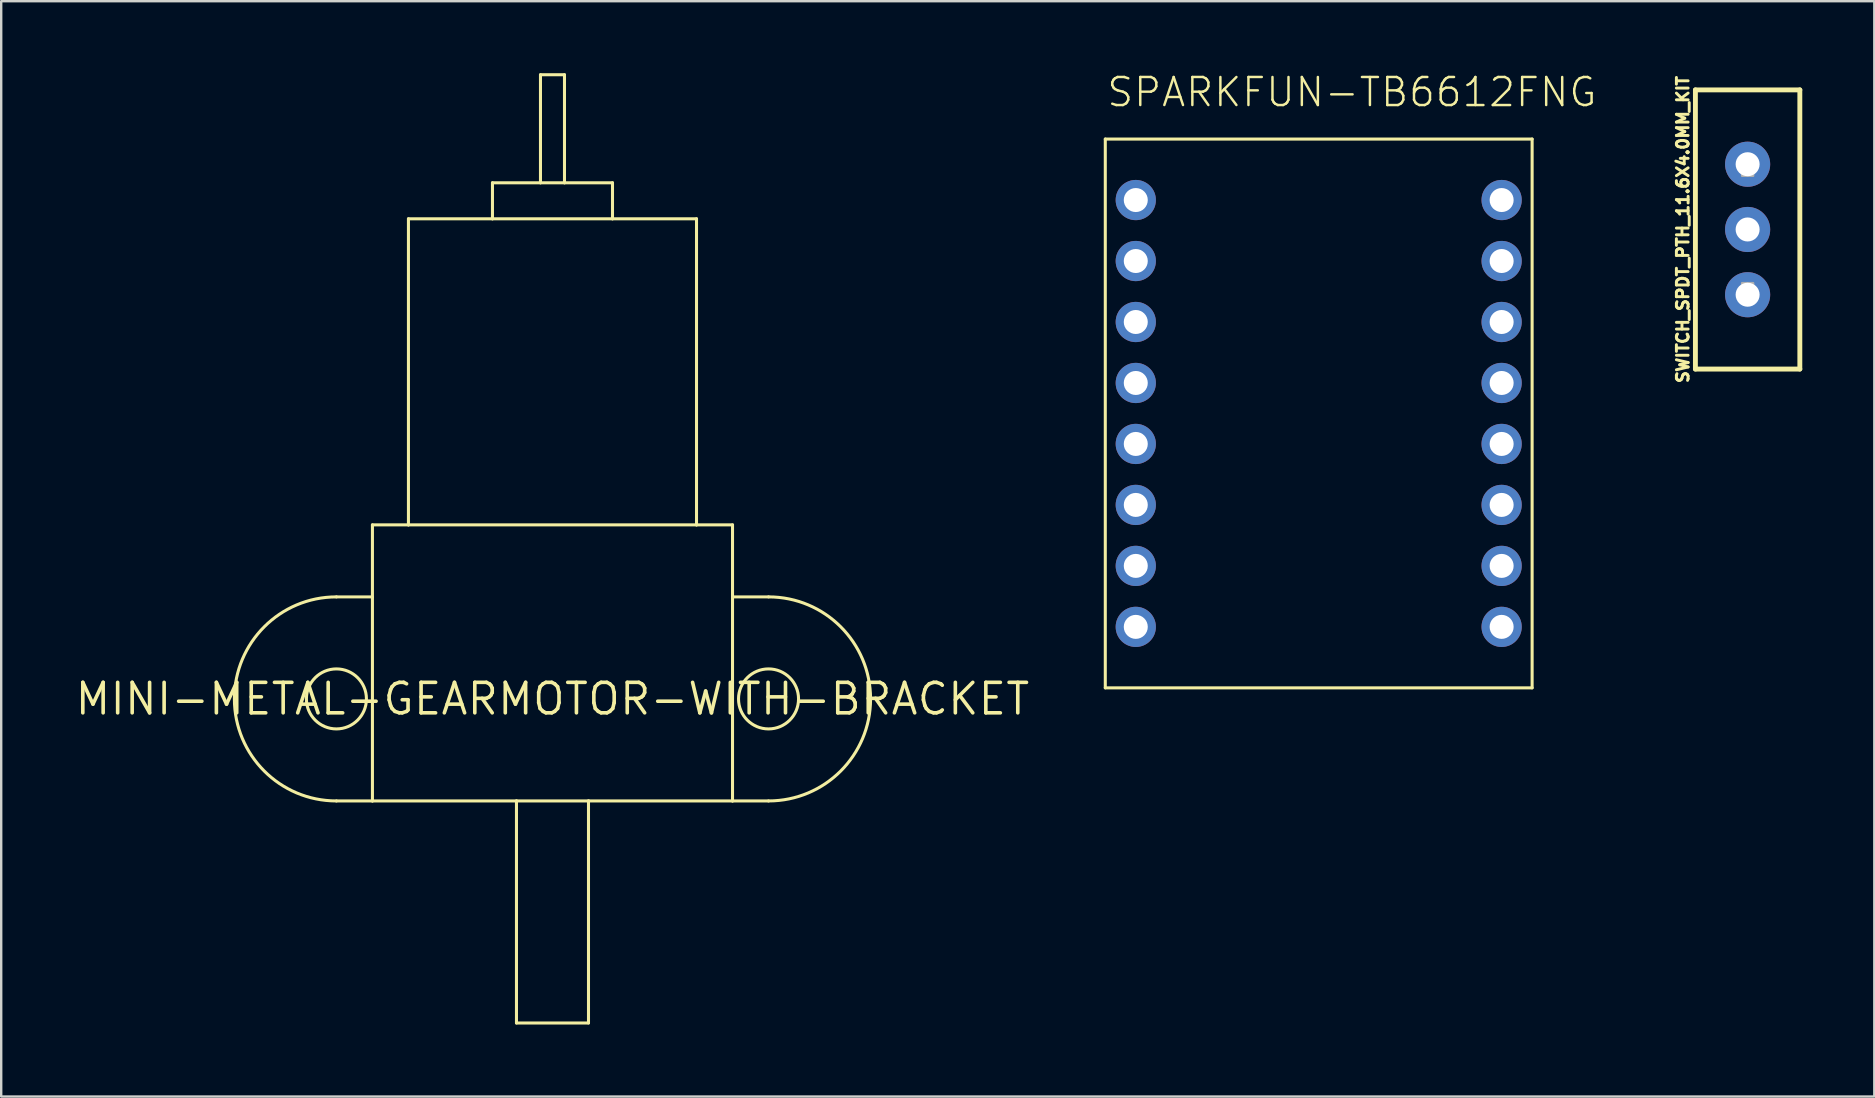
<source format=kicad_pcb>
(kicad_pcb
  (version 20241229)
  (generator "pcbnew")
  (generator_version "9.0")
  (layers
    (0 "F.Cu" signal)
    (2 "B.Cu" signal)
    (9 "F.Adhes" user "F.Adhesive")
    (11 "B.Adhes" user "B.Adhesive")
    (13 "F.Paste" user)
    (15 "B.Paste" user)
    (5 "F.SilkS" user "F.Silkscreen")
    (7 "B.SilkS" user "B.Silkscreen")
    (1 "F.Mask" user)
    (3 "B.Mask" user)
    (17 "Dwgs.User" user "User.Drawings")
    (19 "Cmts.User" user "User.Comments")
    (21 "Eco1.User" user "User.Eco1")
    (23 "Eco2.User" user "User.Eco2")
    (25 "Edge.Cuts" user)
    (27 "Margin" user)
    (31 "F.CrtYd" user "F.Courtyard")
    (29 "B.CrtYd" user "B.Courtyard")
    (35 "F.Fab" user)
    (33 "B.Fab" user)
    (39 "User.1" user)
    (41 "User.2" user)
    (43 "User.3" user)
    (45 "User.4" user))
  (footprint "SWITCH_SPDT_PTH_11.6X4.0MM_KIT"
    (layer "F.Cu")
    (at 69.749 6.509)
    (property "Reference" "SWITCH_SPDT_PTH_11.6X4.0MM_KIT" (at -2.413 0 90) (layer "F.SilkS") (effects (font (size 0.488 0.488) (thickness 0.122)) (justify bottom)))
    (fp_poly (pts (xy 0.159 -3.204) (xy 0.301 -3.128) (xy 0.417 -3.009) (xy 0.507 -2.714) (xy 0.48 -2.555) (xy 0.408 -2.415) (xy 0.296 -2.305) (xy 0.155 -2.235) (xy 0.009 -2.213) (xy 0.000001 -2.276) (xy -0.008 -2.213) (xy -0.153 -2.232) (xy -0.294 -2.3) (xy -0.41 -2.411) (xy -0.509 -2.693) (xy -0.487 -2.86) (xy -0.417 -3.007) (xy -0.301 -3.128) (xy -0.005 -3.233)) (stroke (width 0) (type solid)) (fill yes) (layer "F.Mask"))
    (fp_poly (pts (xy 0.162 2.237) (xy 0.304 2.312) (xy 0.419 2.432) (xy 0.505 2.712) (xy 0.445 2.73) (xy 0.507 2.741) (xy 0.483 2.886) (xy 0.41 3.025) (xy 0.298 3.136) (xy 0.158 3.206) (xy 0.012 3.228) (xy 0.003 3.165) (xy -0.006 3.228) (xy -0.151 3.208) (xy -0.291 3.141) (xy -0.408 3.029) (xy -0.507 2.747) (xy -0.485 2.581) (xy -0.414 2.434) (xy -0.299 2.312) (xy -0.003 2.208)) (stroke (width 0) (type solid)) (fill yes) (layer "F.Mask"))
    (fp_poly (pts (xy 0.17 -0.481) (xy 0.312 -0.405) (xy 0.427 -0.286) (xy 0.513 -0.006) (xy 0.452 0.013) (xy 0.515 0.023) (xy 0.49 0.168) (xy 0.418 0.308) (xy 0.306 0.418) (xy 0.165 0.488) (xy 0.02 0.51) (xy 0.01 0.447) (xy 0.002 0.51) (xy -0.143 0.491) (xy -0.284 0.423) (xy -0.4 0.312) (xy -0.499 0.03) (xy -0.477 -0.137) (xy -0.407 -0.284) (xy -0.291 -0.405) (xy -0.011 -0.504) (xy 0.01 -0.444) (xy 0.021 -0.507)) (stroke (width 0) (type solid)) (fill yes) (layer "F.Mask"))
    (fp_poly (pts (xy 0.225 1.801) (xy 0.425 1.876) (xy 0.603 1.993) (xy 0.75 2.147) (xy 0.862 2.333) (xy 0.944 2.73) (xy 0.881 2.743) (xy 0.944 2.751) (xy 0.918 2.952) (xy 0.845 3.148) (xy 0.731 3.323) (xy 0.58 3.468) (xy 0.398 3.578) (xy 0.008 3.659) (xy -0.005 3.597) (xy -0.011 3.66) (xy -0.211 3.64) (xy -0.408 3.573) (xy -0.585 3.465) (xy -0.734 3.32) (xy -0.846 3.145) (xy -0.917 2.95) (xy -0.943 2.744) (xy -0.92 2.529) (xy -0.851 2.325) (xy -0.738 2.141) (xy -0.587 1.988) (xy -0.402 1.869) (xy 0.01 1.772)) (stroke (width 0) (type solid)) (fill yes) (layer "B.Mask"))
    (fp_poly (pts (xy 0.209 -3.63) (xy 0.409 -3.557) (xy 0.588 -3.443) (xy 0.737 -3.291) (xy 0.848 -3.11) (xy 0.916 -2.908) (xy 0.937 -2.701) (xy 0.937 -2.693) (xy 0.91 -2.488) (xy 0.837 -2.291) (xy 0.721 -2.116) (xy 0.57 -1.97) (xy 0.387 -1.86) (xy -0.011 -1.778) (xy -0.021 -1.778) (xy -0.223 -1.8) (xy -0.418 -1.868) (xy -0.593 -1.977) (xy -0.74 -2.123) (xy -0.85 -2.297) (xy -0.919 -2.492) (xy -0.943 -2.697) (xy -0.921 -2.908) (xy -0.853 -3.11) (xy -0.742 -3.291) (xy -0.593 -3.442) (xy -0.414 -3.557) (xy -0.214 -3.63) (xy -0.006 -3.655) (xy 0.001 -3.655)) (stroke (width 0) (type solid)) (fill yes) (layer "B.Mask"))
    (fp_poly (pts (xy 0.015 -0.879) (xy 0.023 -0.942) (xy 0.224 -0.916) (xy 0.421 -0.844) (xy 0.597 -0.729) (xy 0.743 -0.578) (xy 0.853 -0.396) (xy 0.938 0.005) (xy 0.912 0.217) (xy 0.841 0.415) (xy 0.727 0.592) (xy 0.577 0.739) (xy 0.398 0.849) (xy 0.198 0.916) (xy -0.004 0.937) (xy -0.01 0.874) (xy -0.017 0.937) (xy -0.215 0.916) (xy -0.411 0.849) (xy -0.587 0.74) (xy -0.734 0.595) (xy -0.846 0.421) (xy -0.915 0.226) (xy -0.94 0.024) (xy -0.94 0.017) (xy -0.917 -0.193) (xy -0.847 -0.396) (xy -0.733 -0.578) (xy -0.582 -0.731) (xy -0.401 -0.846) (xy -0.198 -0.918) (xy 0.008 -0.942)) (stroke (width 0) (type solid)) (fill yes) (layer "B.Mask"))
    (fp_line (start -2.175 -5.815) (end -2.175 5.815) (stroke (width 0.203) (type solid)) (layer "F.SilkS"))
    (fp_line (start -2.175 5.815) (end 2.175 5.815) (stroke (width 0.203) (type solid)) (layer "F.SilkS"))
    (fp_line (start 2.175 -5.815) (end -2.175 -5.815) (stroke (width 0.203) (type solid)) (layer "F.SilkS"))
    (fp_line (start 2.175 5.815) (end 2.175 -5.815) (stroke (width 0.203) (type solid)) (layer "F.SilkS"))
    (fp_poly (pts (xy -0.229 -2.235) (xy 0.229 -2.235) (xy 0.229 -2.845) (xy -0.229 -2.845)) (stroke (width 0.1) (type solid)) (fill no) (layer "F.Fab"))
    (fp_poly (pts (xy -0.229 0.305) (xy 0.229 0.305) (xy 0.229 -0.305) (xy -0.229 -0.305)) (stroke (width 0.1) (type solid)) (fill no) (layer "F.Fab"))
    (fp_poly (pts (xy -0.229 2.845) (xy 0.229 2.845) (xy 0.229 2.235) (xy -0.229 2.235)) (stroke (width 0.1) (type solid)) (fill no) (layer "F.Fab"))
    (pad "1" thru_hole circle (at 0 -2.718) (size 1.88 1.88) (drill 1) (layers "*.Cu"))
    (pad "2" thru_hole circle (at 0 0) (size 1.88 1.88) (drill 1) (layers "*.Cu"))
    (pad "3" thru_hole circle (at 0 2.718) (size 1.88 1.88) (drill 1) (layers "*.Cu")))
  (footprint "MINI-METAL-GEARMOTOR-WITH-BRACKET"
    (layer "F.Cu")
    (at 19.964 26.064)
    (property "Reference" "MINI-METAL-GEARMOTOR-WITH-BRACKET" (at 0 0 0) (layer "F.SilkS") (effects (font (size 1.27 1.27) (thickness 0.15))))
    (fp_line (start -9 -4.25) (end -7.5 -4.25) (stroke (width 0.127) (type solid)) (layer "F.SilkS"))
    (fp_line (start -9 4.25) (end -7.5 4.25) (stroke (width 0.127) (type solid)) (layer "F.SilkS"))
    (fp_line (start -7.5 -7.25) (end -6 -7.25) (stroke (width 0.127) (type solid)) (layer "F.SilkS"))
    (fp_line (start -7.5 -4.25) (end -7.5 -7.25) (stroke (width 0.127) (type solid)) (layer "F.SilkS"))
    (fp_line (start -7.5 4.25) (end -7.5 -4.25) (stroke (width 0.127) (type solid)) (layer "F.SilkS"))
    (fp_line (start -6 -20) (end -2.5 -20) (stroke (width 0.127) (type solid)) (layer "F.SilkS"))
    (fp_line (start -6 -7.25) (end -6 -20) (stroke (width 0.127) (type solid)) (layer "F.SilkS"))
    (fp_line (start -6 -7.25) (end 6 -7.25) (stroke (width 0.127) (type solid)) (layer "F.SilkS"))
    (fp_line (start -2.5 -21.5) (end -0.5 -21.5) (stroke (width 0.127) (type solid)) (layer "F.SilkS"))
    (fp_line (start -2.5 -20) (end -2.5 -21.5) (stroke (width 0.127) (type solid)) (layer "F.SilkS"))
    (fp_line (start -2.5 -20) (end 2.5 -20) (stroke (width 0.127) (type solid)) (layer "F.SilkS"))
    (fp_line (start -1.5 4.25) (end -7.5 4.25) (stroke (width 0.127) (type solid)) (layer "F.SilkS"))
    (fp_line (start -1.5 4.25) (end -1.5 13.5) (stroke (width 0.127) (type solid)) (layer "F.SilkS"))
    (fp_line (start -1.5 13.5) (end 1.5 13.5) (stroke (width 0.127) (type solid)) (layer "F.SilkS"))
    (fp_line (start -0.5 -26) (end 0.5 -26) (stroke (width 0.127) (type solid)) (layer "F.SilkS"))
    (fp_line (start -0.5 -21.5) (end -0.5 -26) (stroke (width 0.127) (type solid)) (layer "F.SilkS"))
    (fp_line (start -0.5 -21.5) (end 0.5 -21.5) (stroke (width 0.127) (type solid)) (layer "F.SilkS"))
    (fp_line (start 0.5 -26) (end 0.5 -21.5) (stroke (width 0.127) (type solid)) (layer "F.SilkS"))
    (fp_line (start 0.5 -21.5) (end 2.5 -21.5) (stroke (width 0.127) (type solid)) (layer "F.SilkS"))
    (fp_line (start 1.5 4.25) (end -1.5 4.25) (stroke (width 0.127) (type solid)) (layer "F.SilkS"))
    (fp_line (start 1.5 13.5) (end 1.5 4.25) (stroke (width 0.127) (type solid)) (layer "F.SilkS"))
    (fp_line (start 2.5 -21.5) (end 2.5 -20) (stroke (width 0.127) (type solid)) (layer "F.SilkS"))
    (fp_line (start 2.5 -20) (end 6 -20) (stroke (width 0.127) (type solid)) (layer "F.SilkS"))
    (fp_line (start 6 -20) (end 6 -7.25) (stroke (width 0.127) (type solid)) (layer "F.SilkS"))
    (fp_line (start 6 -7.25) (end 7.5 -7.25) (stroke (width 0.127) (type solid)) (layer "F.SilkS"))
    (fp_line (start 7.5 -7.25) (end 7.5 -4.25) (stroke (width 0.127) (type solid)) (layer "F.SilkS"))
    (fp_line (start 7.5 -4.25) (end 7.5 4.25) (stroke (width 0.127) (type solid)) (layer "F.SilkS"))
    (fp_line (start 7.5 4.25) (end 1.5 4.25) (stroke (width 0.127) (type solid)) (layer "F.SilkS"))
    (fp_line (start 9 -4.25) (end 7.5 -4.25) (stroke (width 0.127) (type solid)) (layer "F.SilkS"))
    (fp_line (start 9 4.25) (end 7.5 4.25) (stroke (width 0.127) (type solid)) (layer "F.SilkS"))
    (fp_arc (start -9 4.25) (mid -13.25 0) (end -9 -4.25) (stroke (width 0.127) (type solid)) (layer "F.SilkS"))
    (fp_arc (start 9 -4.25) (mid 13.25 0) (end 9 4.25) (stroke (width 0.127) (type solid)) (layer "F.SilkS"))
    (fp_circle (center -9 0) (end -7.75 0) (stroke (width 0.127) (type solid)) (fill no) (layer "F.SilkS"))
    (fp_circle (center 9 0) (end 10.25 0) (stroke (width 0.127) (type solid)) (fill no) (layer "F.SilkS")))
  (footprint "SPARKFUN-TB6612FNG"
    (layer "F.Cu")
    (at 51.882 15.443)
    (property "Reference" "SPARKFUN-TB6612FNG" (at -8.89 -13.97 0) (layer "F.SilkS") (effects (font (size 1.168 1.168) (thickness 0.102)) (justify left bottom)))
    (fp_line (start -8.89 -12.7) (end 8.89 -12.7) (stroke (width 0.127) (type solid)) (layer "F.SilkS"))
    (fp_line (start -8.89 10.16) (end -8.89 -12.7) (stroke (width 0.127) (type solid)) (layer "F.SilkS"))
    (fp_line (start 8.89 -12.7) (end 8.89 10.16) (stroke (width 0.127) (type solid)) (layer "F.SilkS"))
    (fp_line (start 8.89 10.16) (end -8.89 10.16) (stroke (width 0.127) (type solid)) (layer "F.SilkS"))
    (pad "/STBY" thru_hole circle (at 7.62 -2.54) (size 1.676 1.676) (drill 1) (layers "*.Cu" "*.Mask"))
    (pad "A01" thru_hole circle (at -7.62 -2.54) (size 1.676 1.676) (drill 1) (layers "*.Cu" "*.Mask"))
    (pad "A02" thru_hole circle (at -7.62 0) (size 1.676 1.676) (drill 1) (layers "*.Cu" "*.Mask"))
    (pad "AI1" thru_hole circle (at 7.62 -5.08) (size 1.676 1.676) (drill 1) (layers "*.Cu" "*.Mask"))
    (pad "AI2" thru_hole circle (at 7.62 -7.62) (size 1.676 1.676) (drill 1) (layers "*.Cu" "*.Mask"))
    (pad "B01" thru_hole circle (at -7.62 5.08) (size 1.676 1.676) (drill 1) (layers "*.Cu" "*.Mask"))
    (pad "B02" thru_hole circle (at -7.62 2.54) (size 1.676 1.676) (drill 1) (layers "*.Cu" "*.Mask"))
    (pad "BI1" thru_hole circle (at 7.62 0) (size 1.676 1.676) (drill 1) (layers "*.Cu" "*.Mask"))
    (pad "BI2" thru_hole circle (at 7.62 2.54) (size 1.676 1.676) (drill 1) (layers "*.Cu" "*.Mask"))
    (pad "GND@1" thru_hole circle (at -7.62 -5.08) (size 1.676 1.676) (drill 1) (layers "*.Cu" "*.Mask"))
    (pad "GND@2" thru_hole circle (at -7.62 7.62) (size 1.676 1.676) (drill 1) (layers "*.Cu" "*.Mask"))
    (pad "GND@3" thru_hole circle (at 7.62 7.62) (size 1.676 1.676) (drill 1) (layers "*.Cu" "*.Mask"))
    (pad "PWMA" thru_hole circle (at 7.62 -10.16) (size 1.676 1.676) (drill 1) (layers "*.Cu" "*.Mask"))
    (pad "PWMB" thru_hole circle (at 7.62 5.08) (size 1.676 1.676) (drill 1) (layers "*.Cu" "*.Mask"))
    (pad "VCC" thru_hole circle (at -7.62 -7.62) (size 1.676 1.676) (drill 1) (layers "*.Cu" "*.Mask"))
    (pad "VM" thru_hole circle (at -7.62 -10.16) (size 1.676 1.676) (drill 1) (layers "*.Cu" "*.Mask")))
  (gr_rect
    (start -3 -3)
    (end 75.026 42.627)
    (stroke (width 0.1) (type default))
    (fill no)
    (layer "Edge.Cuts")))
</source>
